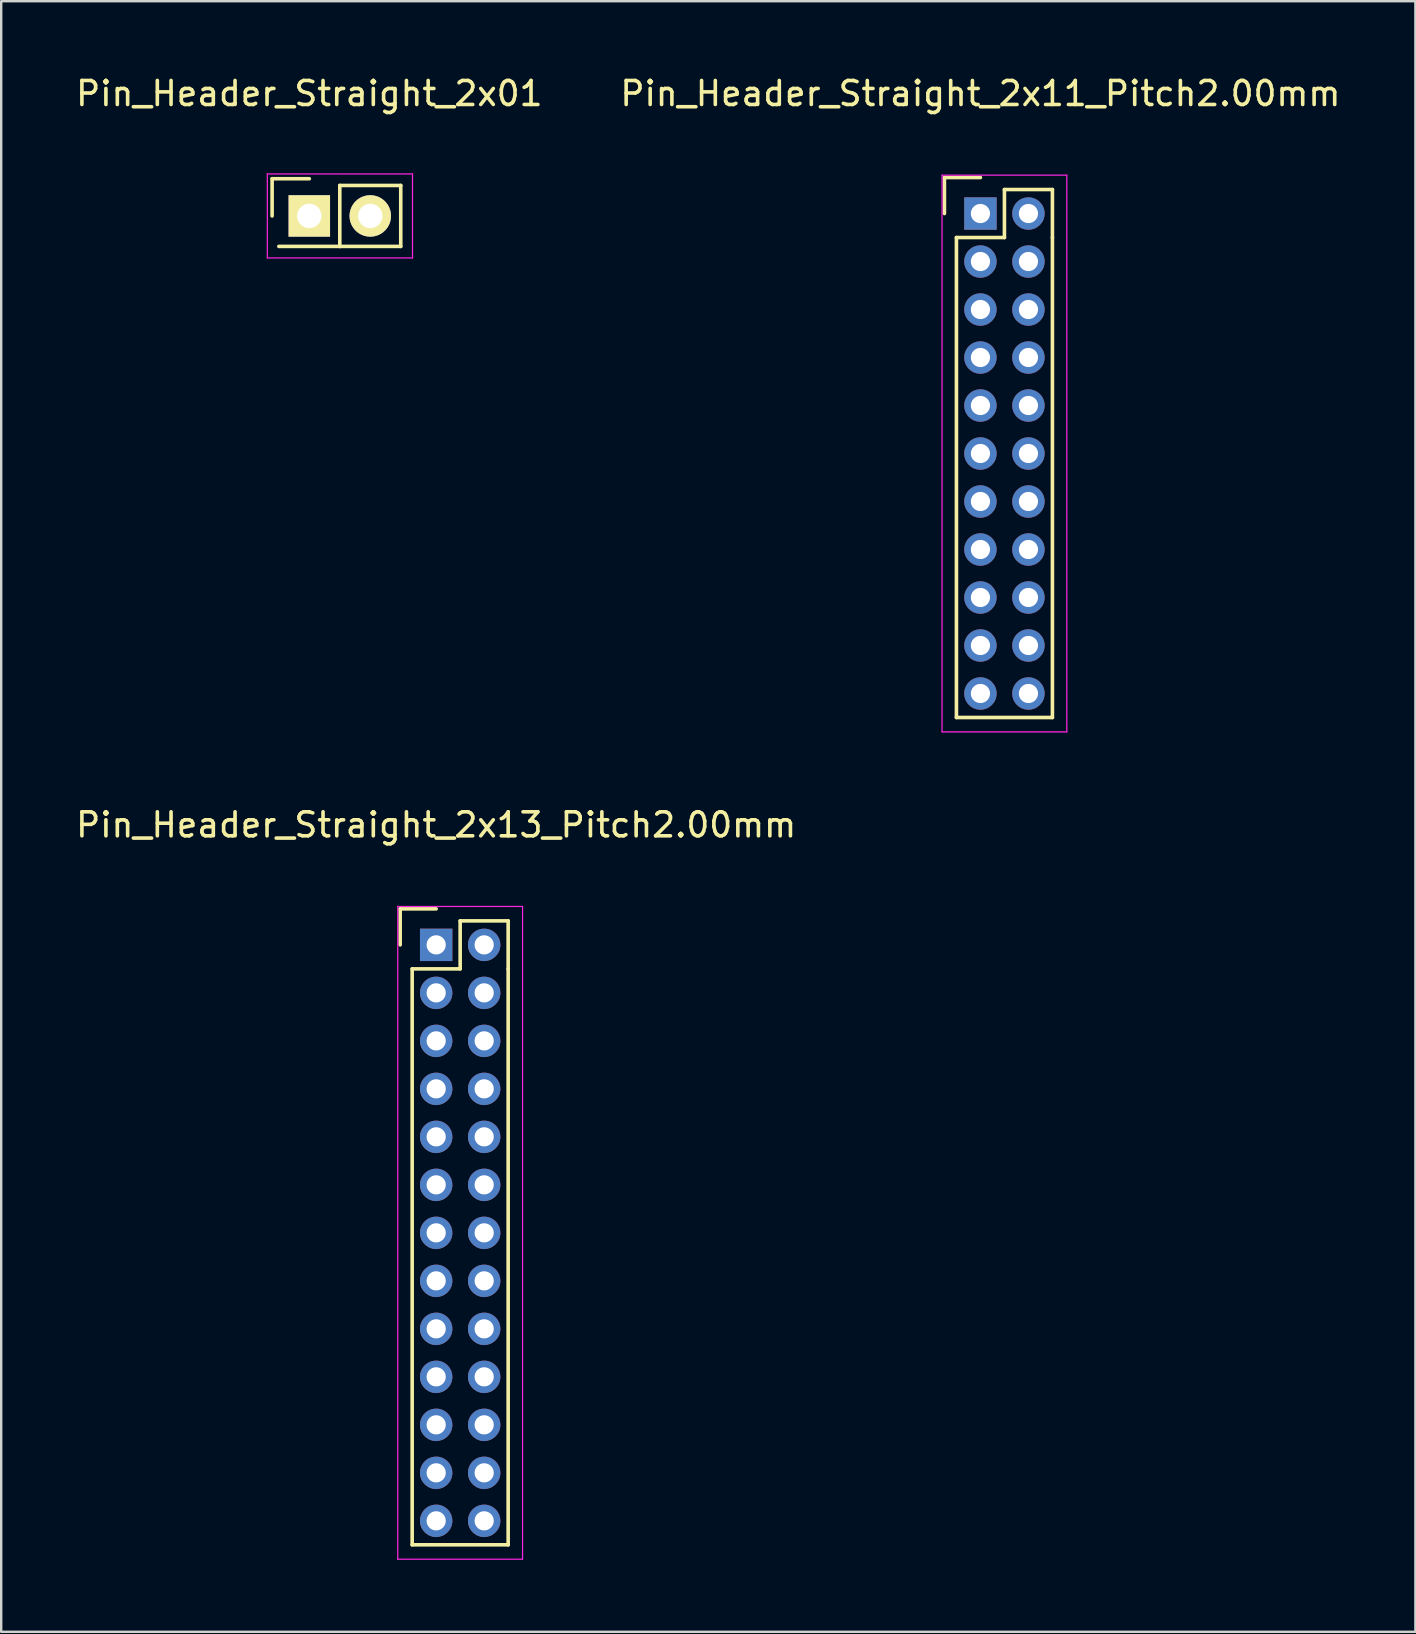
<source format=kicad_pcb>
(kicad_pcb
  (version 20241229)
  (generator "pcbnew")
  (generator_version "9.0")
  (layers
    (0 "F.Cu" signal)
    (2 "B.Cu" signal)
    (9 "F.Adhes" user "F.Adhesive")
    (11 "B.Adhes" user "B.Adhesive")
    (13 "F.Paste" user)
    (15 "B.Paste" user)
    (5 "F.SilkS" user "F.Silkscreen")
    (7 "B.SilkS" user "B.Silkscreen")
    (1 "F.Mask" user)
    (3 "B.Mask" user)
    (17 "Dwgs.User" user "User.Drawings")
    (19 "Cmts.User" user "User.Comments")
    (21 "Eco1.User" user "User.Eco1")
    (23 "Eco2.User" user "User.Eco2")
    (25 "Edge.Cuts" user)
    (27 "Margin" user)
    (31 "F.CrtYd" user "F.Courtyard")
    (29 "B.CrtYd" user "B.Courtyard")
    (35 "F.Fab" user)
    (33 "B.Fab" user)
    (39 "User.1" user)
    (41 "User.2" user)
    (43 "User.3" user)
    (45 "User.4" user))
  (footprint "Pin_Header_Straight_2x01"
    (layer "F.Cu")
    (at 9.839 5.948)
    (property "Reference" "Pin_Header_Straight_2x01" (at 0 -5.1 0) (layer "F.SilkS") (effects (font (size 1 1) (thickness 0.15))))
    (attr through_hole)
    (fp_line (start -1.55 0) (end -1.55 -1.55) (stroke (width 0.15) (type solid)) (layer "F.SilkS"))
    (fp_line (start -1.27 1.27) (end 1.27 1.27) (stroke (width 0.15) (type solid)) (layer "F.SilkS"))
    (fp_line (start 0 -1.55) (end -1.55 -1.55) (stroke (width 0.15) (type solid)) (layer "F.SilkS"))
    (fp_line (start 1.27 -1.27) (end 1.27 1.27) (stroke (width 0.15) (type solid)) (layer "F.SilkS"))
    (fp_line (start 1.27 1.27) (end 3.81 1.27) (stroke (width 0.15) (type solid)) (layer "F.SilkS"))
    (fp_line (start 3.81 -1.27) (end 1.27 -1.27) (stroke (width 0.15) (type solid)) (layer "F.SilkS"))
    (fp_line (start 3.81 1.27) (end 3.81 -1.27) (stroke (width 0.15) (type solid)) (layer "F.SilkS"))
    (fp_line (start -1.75 -1.75) (end -1.75 1.75) (stroke (width 0.05) (type solid)) (layer "F.CrtYd"))
    (fp_line (start -1.75 -1.75) (end 4.3 -1.75) (stroke (width 0.05) (type solid)) (layer "F.CrtYd"))
    (fp_line (start -1.75 1.75) (end 4.3 1.75) (stroke (width 0.05) (type solid)) (layer "F.CrtYd"))
    (fp_line (start 4.3 -1.75) (end 4.3 1.75) (stroke (width 0.05) (type solid)) (layer "F.CrtYd"))
    (pad "1" thru_hole rect (at 0 0) (size 1.727 1.727) (drill 1.016) (layers "*.Cu" "*.Mask" "F.SilkS"))
    (pad "2" thru_hole oval (at 2.54 0) (size 1.727 1.727) (drill 1.016) (layers "*.Cu" "*.Mask" "F.SilkS")))
  (footprint "Pin_Header_Straight_2x13_Pitch2.00mm"
    (layer "F.Cu")
    (at 15.125 36.322)
    (property "Reference" "Pin_Header_Straight_2x13_Pitch2.00mm" (at 0 -5 0) (layer "F.SilkS") (effects (font (size 1 1) (thickness 0.15))))
    (attr through_hole)
    (fp_line (start -1.5 -1.5) (end 0 -1.5) (stroke (width 0.15) (type solid)) (layer "F.SilkS"))
    (fp_line (start -1.5 0) (end -1.5 -1.5) (stroke (width 0.15) (type solid)) (layer "F.SilkS"))
    (fp_line (start -1 1) (end 1 1) (stroke (width 0.15) (type solid)) (layer "F.SilkS"))
    (fp_line (start -1 25) (end -1 1) (stroke (width 0.15) (type solid)) (layer "F.SilkS"))
    (fp_line (start 1 -1) (end 3 -1) (stroke (width 0.15) (type solid)) (layer "F.SilkS"))
    (fp_line (start 1 1) (end 1 -1) (stroke (width 0.15) (type solid)) (layer "F.SilkS"))
    (fp_line (start 3 -1) (end 3 1) (stroke (width 0.15) (type solid)) (layer "F.SilkS"))
    (fp_line (start 3 1) (end 3 25) (stroke (width 0.15) (type solid)) (layer "F.SilkS"))
    (fp_line (start 3 25) (end -1 25) (stroke (width 0.15) (type solid)) (layer "F.SilkS"))
    (fp_line (start -1.6 -1.6) (end 3.6 -1.6) (stroke (width 0.05) (type solid)) (layer "F.CrtYd"))
    (fp_line (start -1.6 25.6) (end -1.6 -1.6) (stroke (width 0.05) (type solid)) (layer "F.CrtYd"))
    (fp_line (start 3.6 -1.6) (end 3.6 25.6) (stroke (width 0.05) (type solid)) (layer "F.CrtYd"))
    (fp_line (start 3.6 25.6) (end -1.6 25.6) (stroke (width 0.05) (type solid)) (layer "F.CrtYd"))
    (pad "1" thru_hole rect (at 0 0) (size 1.35 1.35) (drill 0.8) (layers "*.Cu" "*.Mask"))
    (pad "2" thru_hole circle (at 2 0) (size 1.35 1.35) (drill 0.8) (layers "*.Cu" "*.Mask"))
    (pad "3" thru_hole circle (at 0 2) (size 1.35 1.35) (drill 0.8) (layers "*.Cu" "*.Mask"))
    (pad "4" thru_hole circle (at 2 2) (size 1.35 1.35) (drill 0.8) (layers "*.Cu" "*.Mask"))
    (pad "5" thru_hole circle (at 0 4) (size 1.35 1.35) (drill 0.8) (layers "*.Cu" "*.Mask"))
    (pad "6" thru_hole circle (at 2 4) (size 1.35 1.35) (drill 0.8) (layers "*.Cu" "*.Mask"))
    (pad "7" thru_hole circle (at 0 6) (size 1.35 1.35) (drill 0.8) (layers "*.Cu" "*.Mask"))
    (pad "8" thru_hole circle (at 2 6) (size 1.35 1.35) (drill 0.8) (layers "*.Cu" "*.Mask"))
    (pad "9" thru_hole circle (at 0 8) (size 1.35 1.35) (drill 0.8) (layers "*.Cu" "*.Mask"))
    (pad "10" thru_hole circle (at 2 8) (size 1.35 1.35) (drill 0.8) (layers "*.Cu" "*.Mask"))
    (pad "11" thru_hole circle (at 0 10) (size 1.35 1.35) (drill 0.8) (layers "*.Cu" "*.Mask"))
    (pad "12" thru_hole circle (at 2 10) (size 1.35 1.35) (drill 0.8) (layers "*.Cu" "*.Mask"))
    (pad "13" thru_hole circle (at 0 12) (size 1.35 1.35) (drill 0.8) (layers "*.Cu" "*.Mask"))
    (pad "14" thru_hole circle (at 2 12) (size 1.35 1.35) (drill 0.8) (layers "*.Cu" "*.Mask"))
    (pad "15" thru_hole circle (at 0 14) (size 1.35 1.35) (drill 0.8) (layers "*.Cu" "*.Mask"))
    (pad "16" thru_hole circle (at 2 14) (size 1.35 1.35) (drill 0.8) (layers "*.Cu" "*.Mask"))
    (pad "17" thru_hole circle (at 0 16) (size 1.35 1.35) (drill 0.8) (layers "*.Cu" "*.Mask"))
    (pad "18" thru_hole circle (at 2 16) (size 1.35 1.35) (drill 0.8) (layers "*.Cu" "*.Mask"))
    (pad "19" thru_hole circle (at 0 18) (size 1.35 1.35) (drill 0.8) (layers "*.Cu" "*.Mask"))
    (pad "20" thru_hole circle (at 2 18) (size 1.35 1.35) (drill 0.8) (layers "*.Cu" "*.Mask"))
    (pad "21" thru_hole circle (at 0 20) (size 1.35 1.35) (drill 0.8) (layers "*.Cu" "*.Mask"))
    (pad "22" thru_hole circle (at 2 20) (size 1.35 1.35) (drill 0.8) (layers "*.Cu" "*.Mask"))
    (pad "23" thru_hole circle (at 0 22) (size 1.35 1.35) (drill 0.8) (layers "*.Cu" "*.Mask"))
    (pad "24" thru_hole circle (at 2 22) (size 1.35 1.35) (drill 0.8) (layers "*.Cu" "*.Mask"))
    (pad "25" thru_hole circle (at 0 24) (size 1.35 1.35) (drill 0.8) (layers "*.Cu" "*.Mask"))
    (pad "26" thru_hole circle (at 2 24) (size 1.35 1.35) (drill 0.8) (layers "*.Cu" "*.Mask")))
  (footprint "Pin_Header_Straight_2x11_Pitch2.00mm"
    (layer "F.Cu")
    (at 37.804 5.848)
    (property "Reference" "Pin_Header_Straight_2x11_Pitch2.00mm" (at 0 -5 0) (layer "F.SilkS") (effects (font (size 1 1) (thickness 0.15))))
    (attr through_hole)
    (fp_line (start -1.5 -1.5) (end 0 -1.5) (stroke (width 0.15) (type solid)) (layer "F.SilkS"))
    (fp_line (start -1.5 0) (end -1.5 -1.5) (stroke (width 0.15) (type solid)) (layer "F.SilkS"))
    (fp_line (start -1 1) (end 1 1) (stroke (width 0.15) (type solid)) (layer "F.SilkS"))
    (fp_line (start -1 21) (end -1 1) (stroke (width 0.15) (type solid)) (layer "F.SilkS"))
    (fp_line (start 1 -1) (end 3 -1) (stroke (width 0.15) (type solid)) (layer "F.SilkS"))
    (fp_line (start 1 1) (end 1 -1) (stroke (width 0.15) (type solid)) (layer "F.SilkS"))
    (fp_line (start 3 -1) (end 3 1) (stroke (width 0.15) (type solid)) (layer "F.SilkS"))
    (fp_line (start 3 1) (end 3 21) (stroke (width 0.15) (type solid)) (layer "F.SilkS"))
    (fp_line (start 3 21) (end -1 21) (stroke (width 0.15) (type solid)) (layer "F.SilkS"))
    (fp_line (start -1.6 -1.6) (end 3.6 -1.6) (stroke (width 0.05) (type solid)) (layer "F.CrtYd"))
    (fp_line (start -1.6 21.6) (end -1.6 -1.6) (stroke (width 0.05) (type solid)) (layer "F.CrtYd"))
    (fp_line (start 3.6 -1.6) (end 3.6 21.6) (stroke (width 0.05) (type solid)) (layer "F.CrtYd"))
    (fp_line (start 3.6 21.6) (end -1.6 21.6) (stroke (width 0.05) (type solid)) (layer "F.CrtYd"))
    (pad "1" thru_hole rect (at 0 0) (size 1.35 1.35) (drill 0.8) (layers "*.Cu" "*.Mask"))
    (pad "2" thru_hole circle (at 2 0) (size 1.35 1.35) (drill 0.8) (layers "*.Cu" "*.Mask"))
    (pad "3" thru_hole circle (at 0 2) (size 1.35 1.35) (drill 0.8) (layers "*.Cu" "*.Mask"))
    (pad "4" thru_hole circle (at 2 2) (size 1.35 1.35) (drill 0.8) (layers "*.Cu" "*.Mask"))
    (pad "5" thru_hole circle (at 0 4) (size 1.35 1.35) (drill 0.8) (layers "*.Cu" "*.Mask"))
    (pad "6" thru_hole circle (at 2 4) (size 1.35 1.35) (drill 0.8) (layers "*.Cu" "*.Mask"))
    (pad "7" thru_hole circle (at 0 6) (size 1.35 1.35) (drill 0.8) (layers "*.Cu" "*.Mask"))
    (pad "8" thru_hole circle (at 2 6) (size 1.35 1.35) (drill 0.8) (layers "*.Cu" "*.Mask"))
    (pad "9" thru_hole circle (at 0 8) (size 1.35 1.35) (drill 0.8) (layers "*.Cu" "*.Mask"))
    (pad "10" thru_hole circle (at 2 8) (size 1.35 1.35) (drill 0.8) (layers "*.Cu" "*.Mask"))
    (pad "11" thru_hole circle (at 0 10) (size 1.35 1.35) (drill 0.8) (layers "*.Cu" "*.Mask"))
    (pad "12" thru_hole circle (at 2 10) (size 1.35 1.35) (drill 0.8) (layers "*.Cu" "*.Mask"))
    (pad "13" thru_hole circle (at 0 12) (size 1.35 1.35) (drill 0.8) (layers "*.Cu" "*.Mask"))
    (pad "14" thru_hole circle (at 2 12) (size 1.35 1.35) (drill 0.8) (layers "*.Cu" "*.Mask"))
    (pad "15" thru_hole circle (at 0 14) (size 1.35 1.35) (drill 0.8) (layers "*.Cu" "*.Mask"))
    (pad "16" thru_hole circle (at 2 14) (size 1.35 1.35) (drill 0.8) (layers "*.Cu" "*.Mask"))
    (pad "17" thru_hole circle (at 0 16) (size 1.35 1.35) (drill 0.8) (layers "*.Cu" "*.Mask"))
    (pad "18" thru_hole circle (at 2 16) (size 1.35 1.35) (drill 0.8) (layers "*.Cu" "*.Mask"))
    (pad "19" thru_hole circle (at 0 18) (size 1.35 1.35) (drill 0.8) (layers "*.Cu" "*.Mask"))
    (pad "20" thru_hole circle (at 2 18) (size 1.35 1.35) (drill 0.8) (layers "*.Cu" "*.Mask"))
    (pad "21" thru_hole circle (at 0 20) (size 1.35 1.35) (drill 0.8) (layers "*.Cu" "*.Mask"))
    (pad "22" thru_hole circle (at 2 20) (size 1.35 1.35) (drill 0.8) (layers "*.Cu" "*.Mask")))
  (gr_rect
    (start -3 -3)
    (end 55.929 64.947)
    (stroke (width 0.1) (type default))
    (fill no)
    (layer "Edge.Cuts")))
</source>
